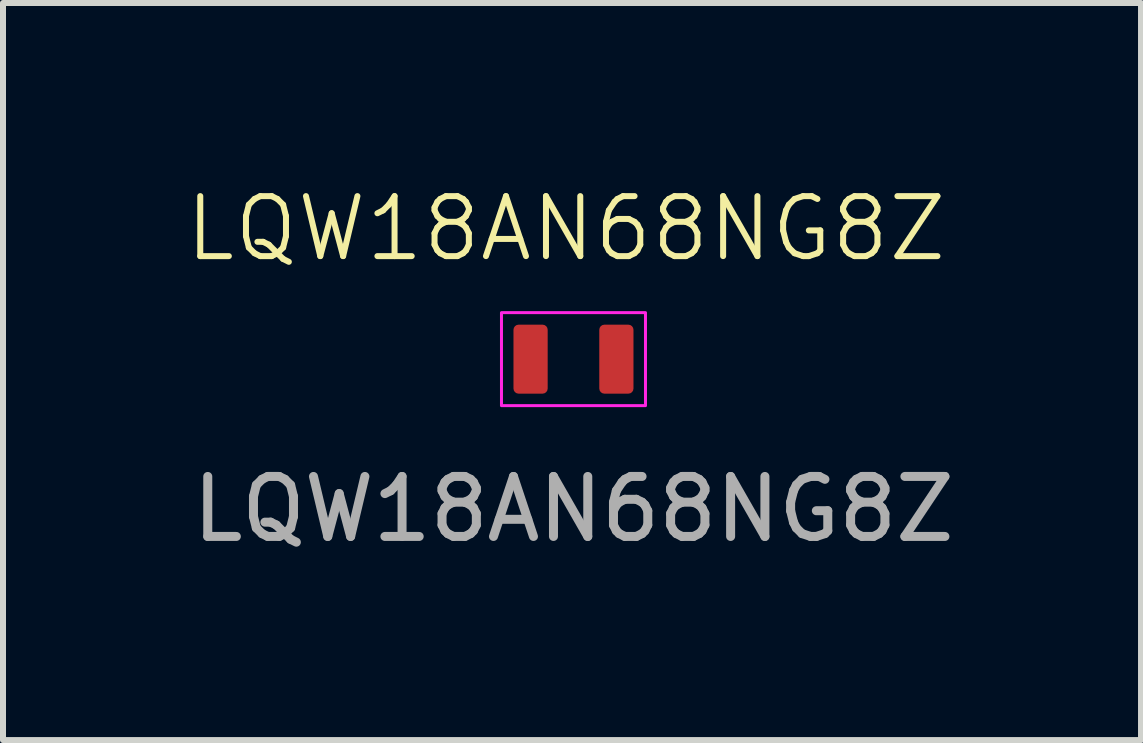
<source format=kicad_pcb>
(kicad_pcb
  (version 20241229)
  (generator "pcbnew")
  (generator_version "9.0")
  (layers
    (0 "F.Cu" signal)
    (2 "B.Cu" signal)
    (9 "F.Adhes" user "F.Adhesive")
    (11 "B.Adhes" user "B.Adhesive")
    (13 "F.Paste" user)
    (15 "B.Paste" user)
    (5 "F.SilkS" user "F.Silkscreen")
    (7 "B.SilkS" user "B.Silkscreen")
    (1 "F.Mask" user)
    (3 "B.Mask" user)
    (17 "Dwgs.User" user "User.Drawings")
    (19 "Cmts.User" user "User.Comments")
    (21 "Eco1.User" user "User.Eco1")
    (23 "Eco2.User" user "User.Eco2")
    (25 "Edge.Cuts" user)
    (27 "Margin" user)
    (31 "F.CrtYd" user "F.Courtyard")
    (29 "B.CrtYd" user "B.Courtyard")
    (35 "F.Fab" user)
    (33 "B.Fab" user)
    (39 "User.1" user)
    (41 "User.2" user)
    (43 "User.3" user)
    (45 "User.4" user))
  (footprint "LQW18AN68NG8Z"
    (layer "F.Cu")
    (at 6.508 2.936)
    (property "Reference" "LQW18AN68NG8Z" (at -0.125 -2.175 0) (unlocked yes) (layer "F.SilkS") (effects (font (size 1 1) (thickness 0.1))))
    (attr through_hole)
    (fp_rect (start -1.2 -0.775) (end 1.2 0.775) (stroke (width 0.05) (type solid)) (fill no) (layer "F.CrtYd"))
    (fp_text user "${REFERENCE}" (at 0 2.5 0) (unlocked yes) (layer "F.Fab") (effects (font (size 1 1) (thickness 0.15))))
    (pad "1" smd roundrect (at -0.715 0) (size 0.57 1.15) (layers "F.Cu" "F.Mask" "F.Paste") (roundrect_rratio 0.15))
    (pad "2" smd roundrect (at 0.715 0) (size 0.57 1.15) (layers "F.Cu" "F.Mask" "F.Paste") (roundrect_rratio 0.15)))
  (gr_rect
    (start -3 -3)
    (end 15.967 9.284)
    (stroke (width 0.1) (type default))
    (fill no)
    (layer "Edge.Cuts")))
</source>
